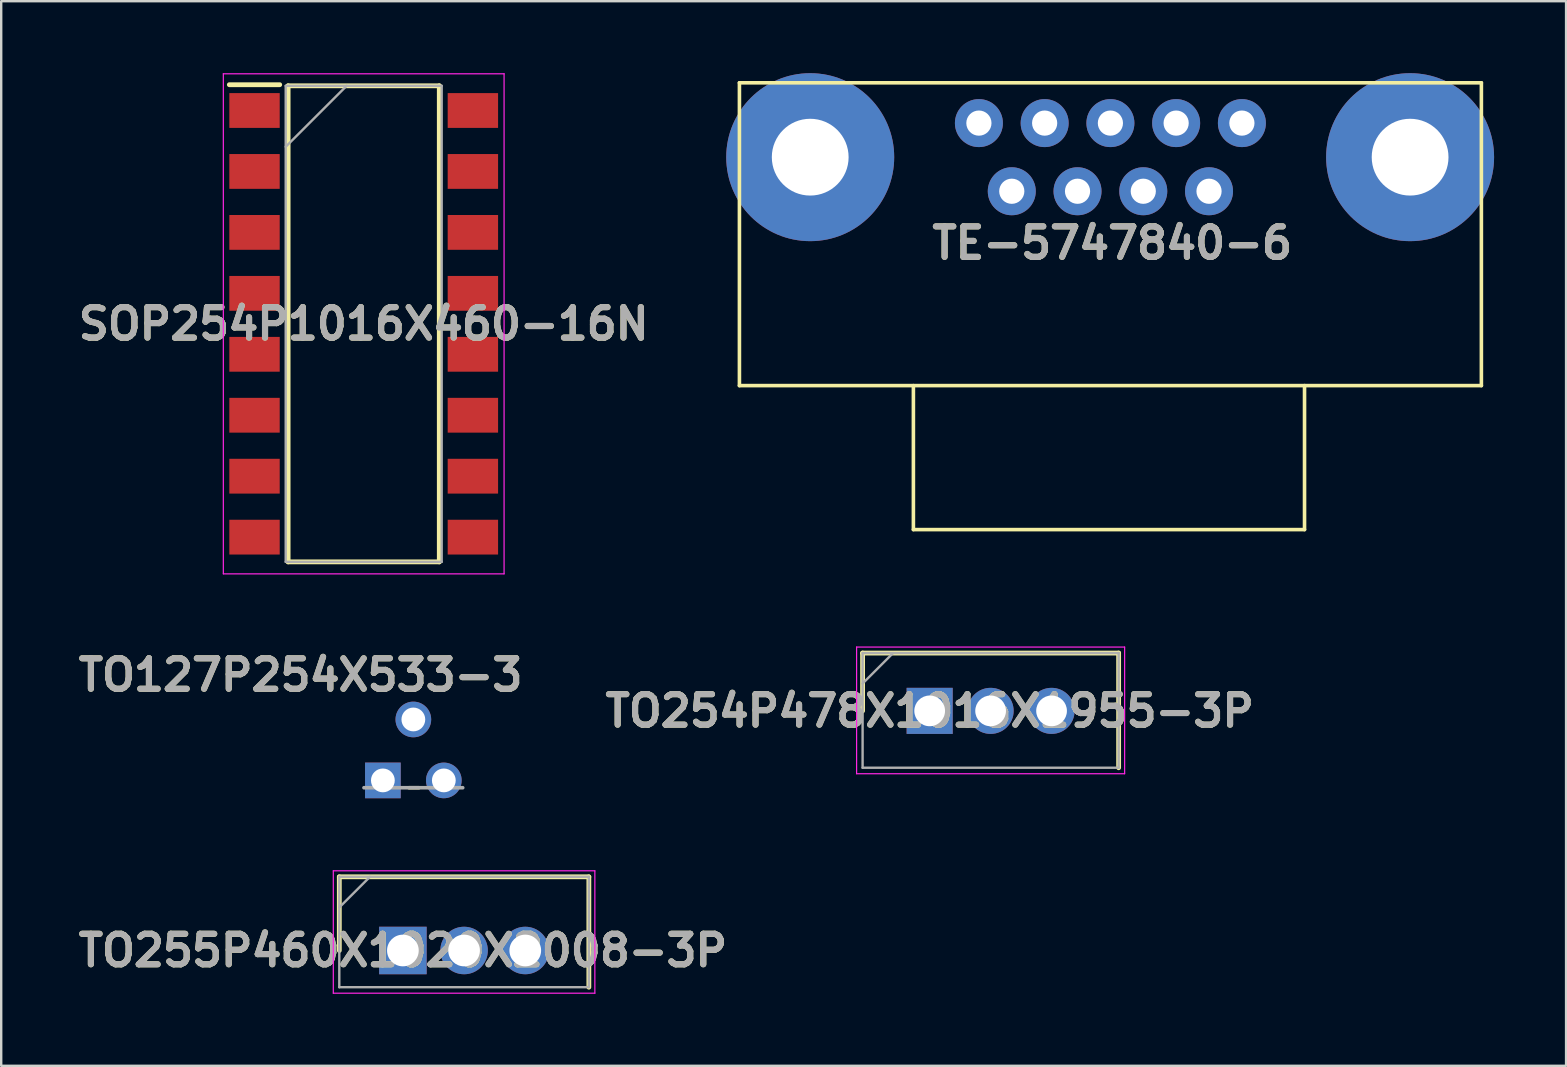
<source format=kicad_pcb>
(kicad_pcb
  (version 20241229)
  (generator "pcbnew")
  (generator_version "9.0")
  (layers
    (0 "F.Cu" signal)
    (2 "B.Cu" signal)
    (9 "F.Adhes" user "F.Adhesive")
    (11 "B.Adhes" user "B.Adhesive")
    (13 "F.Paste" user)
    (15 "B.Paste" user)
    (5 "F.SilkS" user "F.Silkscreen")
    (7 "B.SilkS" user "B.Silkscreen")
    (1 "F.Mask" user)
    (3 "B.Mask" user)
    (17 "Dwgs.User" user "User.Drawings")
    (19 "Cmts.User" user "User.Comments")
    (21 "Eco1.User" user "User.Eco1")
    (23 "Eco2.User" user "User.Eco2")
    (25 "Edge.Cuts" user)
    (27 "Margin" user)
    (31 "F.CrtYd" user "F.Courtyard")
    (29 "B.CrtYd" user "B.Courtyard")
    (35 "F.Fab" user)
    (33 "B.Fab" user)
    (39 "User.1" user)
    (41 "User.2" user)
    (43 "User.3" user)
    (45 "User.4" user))
  (footprint "TO127P254X533-3"
    (layer "F.Cu")
    (at 15.446 26.933)
    (property "Reference" "TO127P254X533-3" (at -5.969 -1.854 0) (layer "F.SilkS") (effects (font (size 1.27 1.27) (thickness 0.254))))
    (attr through_hole)
    (fp_line (start -1.448 2.845) (end -1.041 2.845) (stroke (width 0.152) (type solid)) (layer "F.SilkS"))
    (fp_line (start -3.327 2.845) (end 0.787 2.845) (stroke (width 0.152) (type solid)) (layer "F.Fab"))
    (fp_text user "${REFERENCE}" (at -5.969 -1.854 0) (layer "F.Fab") (effects (font (size 1.27 1.27) (thickness 0.254))))
    (pad "1" thru_hole rect (at -2.54 2.54) (size 1.486 1.486) (drill 0.991) (layers "*.Cu" "*.Mask"))
    (pad "2" thru_hole circle (at -1.27 0) (size 1.486 1.486) (drill 0.991) (layers "*.Cu" "*.Mask"))
    (pad "3" thru_hole circle (at 0 2.54) (size 1.486 1.486) (drill 0.991) (layers "*.Cu" "*.Mask")))
  (footprint "SOP254P1016X460-16N"
    (layer "F.Cu")
    (at 12.107 10.445)
    (property "Reference" "SOP254P1016X460-16N" (at 0 0 0) (layer "F.SilkS") (effects (font (size 1.27 1.27) (thickness 0.254))))
    (attr smd)
    (fp_line (start -5.6 -9.965) (end -3.5 -9.965) (stroke (width 0.2) (type solid)) (layer "F.SilkS"))
    (fp_line (start -3.15 -9.92) (end 3.15 -9.92) (stroke (width 0.2) (type solid)) (layer "F.SilkS"))
    (fp_line (start -3.15 9.92) (end -3.15 -9.92) (stroke (width 0.2) (type solid)) (layer "F.SilkS"))
    (fp_line (start 3.15 -9.92) (end 3.15 9.92) (stroke (width 0.2) (type solid)) (layer "F.SilkS"))
    (fp_line (start 3.15 9.92) (end -3.15 9.92) (stroke (width 0.2) (type solid)) (layer "F.SilkS"))
    (fp_line (start -5.85 -10.42) (end 5.85 -10.42) (stroke (width 0.05) (type solid)) (layer "F.CrtYd"))
    (fp_line (start -5.85 10.42) (end -5.85 -10.42) (stroke (width 0.05) (type solid)) (layer "F.CrtYd"))
    (fp_line (start 5.85 -10.42) (end 5.85 10.42) (stroke (width 0.05) (type solid)) (layer "F.CrtYd"))
    (fp_line (start 5.85 10.42) (end -5.85 10.42) (stroke (width 0.05) (type solid)) (layer "F.CrtYd"))
    (fp_line (start -3.25 -9.92) (end 3.25 -9.92) (stroke (width 0.1) (type solid)) (layer "F.Fab"))
    (fp_line (start -3.25 -7.38) (end -0.71 -9.92) (stroke (width 0.1) (type solid)) (layer "F.Fab"))
    (fp_line (start -3.25 9.92) (end -3.25 -9.92) (stroke (width 0.1) (type solid)) (layer "F.Fab"))
    (fp_line (start 3.25 -9.92) (end 3.25 9.92) (stroke (width 0.1) (type solid)) (layer "F.Fab"))
    (fp_line (start 3.25 9.92) (end -3.25 9.92) (stroke (width 0.1) (type solid)) (layer "F.Fab"))
    (fp_text user "${REFERENCE}" (at 0 0 0) (layer "F.Fab") (effects (font (size 1.27 1.27) (thickness 0.254))))
    (pad "1" smd rect (at -4.55 -8.89 90) (size 1.45 2.1) (layers "F.Cu" "F.Mask" "F.Paste"))
    (pad "2" smd rect (at -4.55 -6.35 90) (size 1.45 2.1) (layers "F.Cu" "F.Mask" "F.Paste"))
    (pad "3" smd rect (at -4.55 -3.81 90) (size 1.45 2.1) (layers "F.Cu" "F.Mask" "F.Paste"))
    (pad "4" smd rect (at -4.55 -1.27 90) (size 1.45 2.1) (layers "F.Cu" "F.Mask" "F.Paste"))
    (pad "5" smd rect (at -4.55 1.27 90) (size 1.45 2.1) (layers "F.Cu" "F.Mask" "F.Paste"))
    (pad "6" smd rect (at -4.55 3.81 90) (size 1.45 2.1) (layers "F.Cu" "F.Mask" "F.Paste"))
    (pad "7" smd rect (at -4.55 6.35 90) (size 1.45 2.1) (layers "F.Cu" "F.Mask" "F.Paste"))
    (pad "8" smd rect (at -4.55 8.89 90) (size 1.45 2.1) (layers "F.Cu" "F.Mask" "F.Paste"))
    (pad "9" smd rect (at 4.55 8.89 90) (size 1.45 2.1) (layers "F.Cu" "F.Mask" "F.Paste"))
    (pad "10" smd rect (at 4.55 6.35 90) (size 1.45 2.1) (layers "F.Cu" "F.Mask" "F.Paste"))
    (pad "11" smd rect (at 4.55 3.81 90) (size 1.45 2.1) (layers "F.Cu" "F.Mask" "F.Paste"))
    (pad "12" smd rect (at 4.55 1.27 90) (size 1.45 2.1) (layers "F.Cu" "F.Mask" "F.Paste"))
    (pad "13" smd rect (at 4.55 -1.27 90) (size 1.45 2.1) (layers "F.Cu" "F.Mask" "F.Paste"))
    (pad "14" smd rect (at 4.55 -3.81 90) (size 1.45 2.1) (layers "F.Cu" "F.Mask" "F.Paste"))
    (pad "15" smd rect (at 4.55 -6.35 90) (size 1.45 2.1) (layers "F.Cu" "F.Mask" "F.Paste"))
    (pad "16" smd rect (at 4.55 -8.89 90) (size 1.45 2.1) (layers "F.Cu" "F.Mask" "F.Paste")))
  (footprint "TE-5747840-6"
    (layer "F.Cu")
    (at 43.225 2.08)
    (property "Reference" "TE-5747840-6" (at 0.075 5 0) (layer "F.SilkS") (effects (font (size 1.27 1.27) (thickness 0.254))))
    (attr through_hole)
    (fp_line (start -15.46 -1.68) (end 15.46 -1.68) (stroke (width 0.15) (type solid)) (layer "F.SilkS"))
    (fp_line (start -15.46 10.94) (end -15.46 -1.68) (stroke (width 0.15) (type solid)) (layer "F.SilkS"))
    (fp_line (start -8.21 10.94) (end -8.21 16.94) (stroke (width 0.15) (type solid)) (layer "F.SilkS"))
    (fp_line (start -8.21 16.94) (end 8.09 16.94) (stroke (width 0.15) (type solid)) (layer "F.SilkS"))
    (fp_line (start 8.09 16.94) (end 8.09 10.94) (stroke (width 0.15) (type solid)) (layer "F.SilkS"))
    (fp_line (start 15.46 -1.68) (end 15.46 10.94) (stroke (width 0.15) (type solid)) (layer "F.SilkS"))
    (fp_line (start 15.46 10.94) (end -15.46 10.94) (stroke (width 0.15) (type solid)) (layer "F.SilkS"))
    (fp_text user "${REFERENCE}" (at 0.075 5 0) (layer "F.Fab") (effects (font (size 1.27 1.27) (thickness 0.254))))
    (pad "1" thru_hole circle (at -5.48 0) (size 2 2) (drill 1.05) (layers "*.Cu" "*.Mask"))
    (pad "2" thru_hole circle (at -2.74 0) (size 2 2) (drill 1.05) (layers "*.Cu" "*.Mask"))
    (pad "3" thru_hole circle (at 0 0) (size 2 2) (drill 1.05) (layers "*.Cu" "*.Mask"))
    (pad "4" thru_hole circle (at 2.74 0) (size 2 2) (drill 1.05) (layers "*.Cu" "*.Mask"))
    (pad "5" thru_hole circle (at 5.48 0) (size 2 2) (drill 1.05) (layers "*.Cu" "*.Mask"))
    (pad "6" thru_hole circle (at -4.11 2.84) (size 2 2) (drill 1.05) (layers "*.Cu" "*.Mask"))
    (pad "7" thru_hole circle (at -1.37 2.84) (size 2 2) (drill 1.05) (layers "*.Cu" "*.Mask"))
    (pad "8" thru_hole circle (at 1.37 2.84) (size 2 2) (drill 1.05) (layers "*.Cu" "*.Mask"))
    (pad "9" thru_hole circle (at 4.11 2.84) (size 2 2) (drill 1.05) (layers "*.Cu" "*.Mask"))
    (pad "10" thru_hole circle (at 12.49 1.42) (size 7 7) (drill 3.2) (layers "*.Cu" "*.Mask"))
    (pad "11" thru_hole circle (at -12.51 1.42) (size 7 7) (drill 3.2) (layers "*.Cu" "*.Mask")))
  (footprint "TO254P478X1016X1955-3P"
    (layer "F.Cu")
    (at 35.693 26.575)
    (property "Reference" "TO254P478X1016X1955-3P" (at 0 0 0) (layer "F.SilkS") (effects (font (size 1.27 1.27) (thickness 0.254))))
    (attr through_hole)
    (fp_line (start -2.795 -2.41) (end -2.795 0) (stroke (width 0.2) (type solid)) (layer "F.SilkS"))
    (fp_line (start 7.875 -2.41) (end -2.795 -2.41) (stroke (width 0.2) (type solid)) (layer "F.SilkS"))
    (fp_line (start 7.875 2.37) (end 7.875 -2.41) (stroke (width 0.2) (type solid)) (layer "F.SilkS"))
    (fp_line (start -3.045 -2.66) (end 8.125 -2.66) (stroke (width 0.05) (type solid)) (layer "F.CrtYd"))
    (fp_line (start -3.045 2.62) (end -3.045 -2.66) (stroke (width 0.05) (type solid)) (layer "F.CrtYd"))
    (fp_line (start 8.125 -2.66) (end 8.125 2.62) (stroke (width 0.05) (type solid)) (layer "F.CrtYd"))
    (fp_line (start 8.125 2.62) (end -3.045 2.62) (stroke (width 0.05) (type solid)) (layer "F.CrtYd"))
    (fp_line (start -2.795 -2.41) (end 7.875 -2.41) (stroke (width 0.1) (type solid)) (layer "F.Fab"))
    (fp_line (start -2.795 -1.14) (end -1.525 -2.41) (stroke (width 0.1) (type solid)) (layer "F.Fab"))
    (fp_line (start -2.795 2.37) (end -2.795 -2.41) (stroke (width 0.1) (type solid)) (layer "F.Fab"))
    (fp_line (start 7.875 -2.41) (end 7.875 2.37) (stroke (width 0.1) (type solid)) (layer "F.Fab"))
    (fp_line (start 7.875 2.37) (end -2.795 2.37) (stroke (width 0.1) (type solid)) (layer "F.Fab"))
    (fp_text user "${REFERENCE}" (at 0 0 0) (layer "F.Fab") (effects (font (size 1.27 1.27) (thickness 0.254))))
    (pad "1" thru_hole rect (at 0 0) (size 1.92 1.92) (drill 1.28) (layers "*.Cu" "*.Mask"))
    (pad "2" thru_hole circle (at 2.54 0) (size 1.92 1.92) (drill 1.28) (layers "*.Cu" "*.Mask"))
    (pad "3" thru_hole circle (at 5.08 0) (size 1.92 1.92) (drill 1.28) (layers "*.Cu" "*.Mask")))
  (footprint "TO255P460X1020X2008-3P"
    (layer "F.Cu")
    (at 13.74 36.561)
    (property "Reference" "TO255P460X1020X2008-3P" (at 0 0 0) (layer "F.SilkS") (effects (font (size 1.27 1.27) (thickness 0.254))))
    (attr through_hole)
    (fp_line (start -2.65 -3.07) (end -2.65 0) (stroke (width 0.2) (type solid)) (layer "F.SilkS"))
    (fp_line (start 7.75 -3.07) (end -2.65 -3.07) (stroke (width 0.2) (type solid)) (layer "F.SilkS"))
    (fp_line (start 7.75 1.53) (end 7.75 -3.07) (stroke (width 0.2) (type solid)) (layer "F.SilkS"))
    (fp_line (start -2.9 -3.32) (end 8 -3.32) (stroke (width 0.05) (type solid)) (layer "F.CrtYd"))
    (fp_line (start -2.9 1.78) (end -2.9 -3.32) (stroke (width 0.05) (type solid)) (layer "F.CrtYd"))
    (fp_line (start 8 -3.32) (end 8 1.78) (stroke (width 0.05) (type solid)) (layer "F.CrtYd"))
    (fp_line (start 8 1.78) (end -2.9 1.78) (stroke (width 0.05) (type solid)) (layer "F.CrtYd"))
    (fp_line (start -2.65 -3.07) (end 7.75 -3.07) (stroke (width 0.1) (type solid)) (layer "F.Fab"))
    (fp_line (start -2.65 -1.795) (end -1.375 -3.07) (stroke (width 0.1) (type solid)) (layer "F.Fab"))
    (fp_line (start -2.65 1.53) (end -2.65 -3.07) (stroke (width 0.1) (type solid)) (layer "F.Fab"))
    (fp_line (start 7.75 -3.07) (end 7.75 1.53) (stroke (width 0.1) (type solid)) (layer "F.Fab"))
    (fp_line (start 7.75 1.53) (end -2.65 1.53) (stroke (width 0.1) (type solid)) (layer "F.Fab"))
    (fp_text user "${REFERENCE}" (at 0 0 0) (layer "F.Fab") (effects (font (size 1.27 1.27) (thickness 0.254))))
    (pad "1" thru_hole rect (at 0 0) (size 1.98 1.98) (drill 1.32) (layers "*.Cu" "*.Mask"))
    (pad "2" thru_hole circle (at 2.55 0) (size 1.98 1.98) (drill 1.32) (layers "*.Cu" "*.Mask"))
    (pad "3" thru_hole circle (at 5.1 0) (size 1.98 1.98) (drill 1.32) (layers "*.Cu" "*.Mask")))
  (gr_rect
    (start -3 -3)
    (end 62.215 41.366)
    (stroke (width 0.1) (type default))
    (fill no)
    (layer "Edge.Cuts")))
</source>
